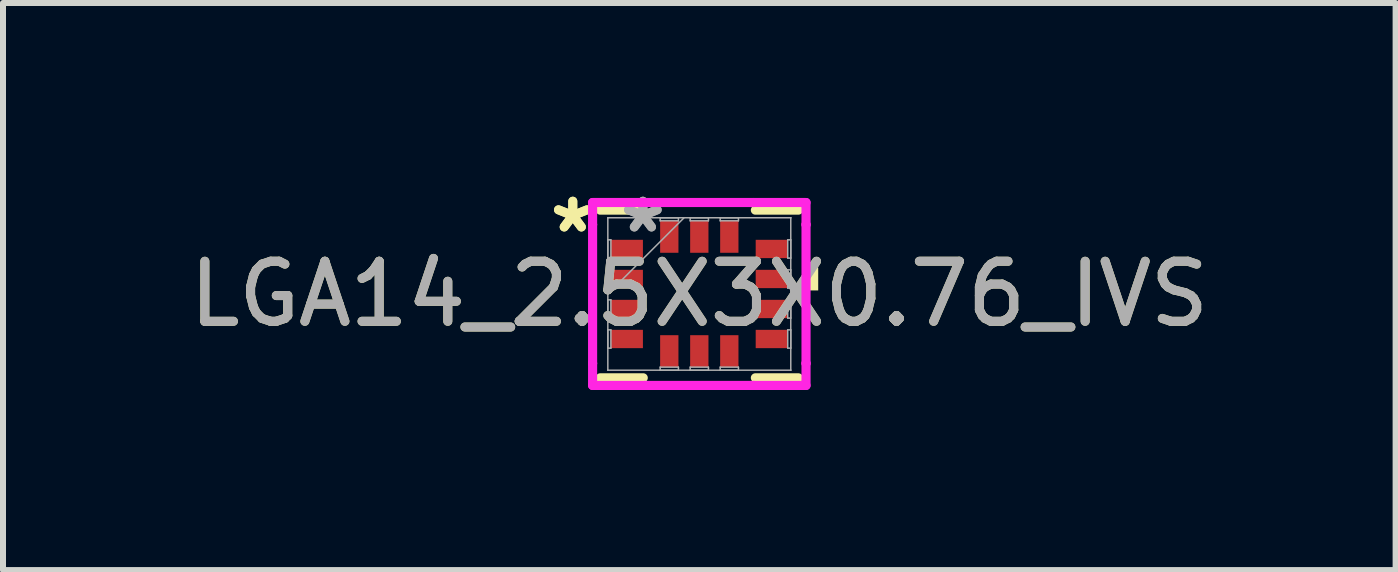
<source format=kicad_pcb>
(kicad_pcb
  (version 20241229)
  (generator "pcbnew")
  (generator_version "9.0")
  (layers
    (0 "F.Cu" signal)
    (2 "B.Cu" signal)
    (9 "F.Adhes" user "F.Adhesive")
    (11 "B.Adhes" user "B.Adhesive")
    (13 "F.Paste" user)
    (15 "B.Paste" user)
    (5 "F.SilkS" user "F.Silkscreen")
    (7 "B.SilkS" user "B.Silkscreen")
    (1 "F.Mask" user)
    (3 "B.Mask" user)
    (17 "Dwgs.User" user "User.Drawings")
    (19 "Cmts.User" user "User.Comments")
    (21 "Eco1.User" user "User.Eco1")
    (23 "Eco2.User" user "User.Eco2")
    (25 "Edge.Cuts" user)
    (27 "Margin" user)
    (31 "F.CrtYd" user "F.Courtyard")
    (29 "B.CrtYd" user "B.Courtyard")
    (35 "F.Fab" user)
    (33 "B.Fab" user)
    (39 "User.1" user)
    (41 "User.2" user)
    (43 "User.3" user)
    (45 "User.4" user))
  (footprint "LGA14_2.5X3X0.76_IVS"
    (layer "F.Cu")
    (at 8.601 1.848)
    (property "Reference" "LGA14_2.5X3X0.76_IVS" (at 0 0 0) (unlocked yes) (layer "F.SilkS") (effects (font (size 1 1) (thickness 0.15))))
    (attr smd)
    (fp_line (start -1.651 1.397) (end -0.934 1.397) (stroke (width 0.152) (type solid)) (layer "F.SilkS"))
    (fp_line (start -0.934 -1.397) (end -1.651 -1.397) (stroke (width 0.152) (type solid)) (layer "F.SilkS"))
    (fp_line (start 0.934 1.397) (end 1.651 1.397) (stroke (width 0.152) (type solid)) (layer "F.SilkS"))
    (fp_line (start 1.651 -1.397) (end 0.934 -1.397) (stroke (width 0.152) (type solid)) (layer "F.SilkS"))
    (fp_poly (pts (xy 1.981 -0.441) (xy 1.981 -0.059) (xy 1.727 -0.059) (xy 1.727 -0.441)) (stroke (width 0) (type solid)) (fill yes) (layer "F.SilkS"))
    (fp_line (start -1.778 -1.524) (end -0.906 -1.524) (stroke (width 0.152) (type solid)) (layer "F.CrtYd"))
    (fp_line (start -1.778 -1.156) (end -1.778 -1.524) (stroke (width 0.152) (type solid)) (layer "F.CrtYd"))
    (fp_line (start -1.778 -1.156) (end -1.778 -1.156) (stroke (width 0.152) (type solid)) (layer "F.CrtYd"))
    (fp_line (start -1.778 1.156) (end -1.778 -1.156) (stroke (width 0.152) (type solid)) (layer "F.CrtYd"))
    (fp_line (start -1.778 1.156) (end -1.778 1.156) (stroke (width 0.152) (type solid)) (layer "F.CrtYd"))
    (fp_line (start -1.778 1.524) (end -1.778 1.156) (stroke (width 0.152) (type solid)) (layer "F.CrtYd"))
    (fp_line (start -0.906 -1.524) (end -0.906 -1.524) (stroke (width 0.152) (type solid)) (layer "F.CrtYd"))
    (fp_line (start -0.906 -1.524) (end 0.906 -1.524) (stroke (width 0.152) (type solid)) (layer "F.CrtYd"))
    (fp_line (start -0.906 1.524) (end -1.778 1.524) (stroke (width 0.152) (type solid)) (layer "F.CrtYd"))
    (fp_line (start -0.906 1.524) (end -0.906 1.524) (stroke (width 0.152) (type solid)) (layer "F.CrtYd"))
    (fp_line (start 0.906 -1.524) (end 0.906 -1.524) (stroke (width 0.152) (type solid)) (layer "F.CrtYd"))
    (fp_line (start 0.906 -1.524) (end 1.778 -1.524) (stroke (width 0.152) (type solid)) (layer "F.CrtYd"))
    (fp_line (start 0.906 1.524) (end -0.906 1.524) (stroke (width 0.152) (type solid)) (layer "F.CrtYd"))
    (fp_line (start 0.906 1.524) (end 0.906 1.524) (stroke (width 0.152) (type solid)) (layer "F.CrtYd"))
    (fp_line (start 1.778 -1.524) (end 1.778 -1.156) (stroke (width 0.152) (type solid)) (layer "F.CrtYd"))
    (fp_line (start 1.778 -1.156) (end 1.778 -1.156) (stroke (width 0.152) (type solid)) (layer "F.CrtYd"))
    (fp_line (start 1.778 -1.156) (end 1.778 1.156) (stroke (width 0.152) (type solid)) (layer "F.CrtYd"))
    (fp_line (start 1.778 1.156) (end 1.778 1.156) (stroke (width 0.152) (type solid)) (layer "F.CrtYd"))
    (fp_line (start 1.778 1.156) (end 1.778 1.524) (stroke (width 0.152) (type solid)) (layer "F.CrtYd"))
    (fp_line (start 1.778 1.524) (end 0.906 1.524) (stroke (width 0.152) (type solid)) (layer "F.CrtYd"))
    (fp_line (start -1.524 -1.27) (end -1.524 -1.27) (stroke (width 0.025) (type solid)) (layer "F.Fab"))
    (fp_line (start -1.524 -1.27) (end -1.524 1.27) (stroke (width 0.025) (type solid)) (layer "F.Fab"))
    (fp_line (start -1.524 -0.902) (end -1.473 -0.902) (stroke (width 0.025) (type solid)) (layer "F.Fab"))
    (fp_line (start -1.524 -0.598) (end -1.524 -0.902) (stroke (width 0.025) (type solid)) (layer "F.Fab"))
    (fp_line (start -1.524 -0.402) (end -1.473 -0.402) (stroke (width 0.025) (type solid)) (layer "F.Fab"))
    (fp_line (start -1.524 -0.098) (end -1.524 -0.402) (stroke (width 0.025) (type solid)) (layer "F.Fab"))
    (fp_line (start -1.524 0) (end -0.254 -1.27) (stroke (width 0.025) (type solid)) (layer "F.Fab"))
    (fp_line (start -1.524 0.098) (end -1.473 0.098) (stroke (width 0.025) (type solid)) (layer "F.Fab"))
    (fp_line (start -1.524 0.402) (end -1.524 0.098) (stroke (width 0.025) (type solid)) (layer "F.Fab"))
    (fp_line (start -1.524 0.598) (end -1.473 0.598) (stroke (width 0.025) (type solid)) (layer "F.Fab"))
    (fp_line (start -1.524 0.902) (end -1.524 0.598) (stroke (width 0.025) (type solid)) (layer "F.Fab"))
    (fp_line (start -1.524 1.27) (end -1.524 1.27) (stroke (width 0.025) (type solid)) (layer "F.Fab"))
    (fp_line (start -1.524 1.27) (end 1.524 1.27) (stroke (width 0.025) (type solid)) (layer "F.Fab"))
    (fp_line (start -1.473 -0.902) (end -1.473 -0.598) (stroke (width 0.025) (type solid)) (layer "F.Fab"))
    (fp_line (start -1.473 -0.598) (end -1.524 -0.598) (stroke (width 0.025) (type solid)) (layer "F.Fab"))
    (fp_line (start -1.473 -0.402) (end -1.473 -0.098) (stroke (width 0.025) (type solid)) (layer "F.Fab"))
    (fp_line (start -1.473 -0.098) (end -1.524 -0.098) (stroke (width 0.025) (type solid)) (layer "F.Fab"))
    (fp_line (start -1.473 0.098) (end -1.473 0.402) (stroke (width 0.025) (type solid)) (layer "F.Fab"))
    (fp_line (start -1.473 0.402) (end -1.524 0.402) (stroke (width 0.025) (type solid)) (layer "F.Fab"))
    (fp_line (start -1.473 0.598) (end -1.473 0.902) (stroke (width 0.025) (type solid)) (layer "F.Fab"))
    (fp_line (start -1.473 0.902) (end -1.524 0.902) (stroke (width 0.025) (type solid)) (layer "F.Fab"))
    (fp_line (start -0.652 -1.27) (end -0.348 -1.27) (stroke (width 0.025) (type solid)) (layer "F.Fab"))
    (fp_line (start -0.652 -1.219) (end -0.652 -1.27) (stroke (width 0.025) (type solid)) (layer "F.Fab"))
    (fp_line (start -0.652 1.219) (end -0.348 1.219) (stroke (width 0.025) (type solid)) (layer "F.Fab"))
    (fp_line (start -0.652 1.27) (end -0.652 1.219) (stroke (width 0.025) (type solid)) (layer "F.Fab"))
    (fp_line (start -0.348 -1.27) (end -0.348 -1.219) (stroke (width 0.025) (type solid)) (layer "F.Fab"))
    (fp_line (start -0.348 -1.219) (end -0.652 -1.219) (stroke (width 0.025) (type solid)) (layer "F.Fab"))
    (fp_line (start -0.348 1.219) (end -0.348 1.27) (stroke (width 0.025) (type solid)) (layer "F.Fab"))
    (fp_line (start -0.348 1.27) (end -0.652 1.27) (stroke (width 0.025) (type solid)) (layer "F.Fab"))
    (fp_line (start -0.152 -1.27) (end 0.152 -1.27) (stroke (width 0.025) (type solid)) (layer "F.Fab"))
    (fp_line (start -0.152 -1.219) (end -0.152 -1.27) (stroke (width 0.025) (type solid)) (layer "F.Fab"))
    (fp_line (start -0.152 1.219) (end 0.152 1.219) (stroke (width 0.025) (type solid)) (layer "F.Fab"))
    (fp_line (start -0.152 1.27) (end -0.152 1.219) (stroke (width 0.025) (type solid)) (layer "F.Fab"))
    (fp_line (start 0.152 -1.27) (end 0.152 -1.219) (stroke (width 0.025) (type solid)) (layer "F.Fab"))
    (fp_line (start 0.152 -1.219) (end -0.152 -1.219) (stroke (width 0.025) (type solid)) (layer "F.Fab"))
    (fp_line (start 0.152 1.219) (end 0.152 1.27) (stroke (width 0.025) (type solid)) (layer "F.Fab"))
    (fp_line (start 0.152 1.27) (end -0.152 1.27) (stroke (width 0.025) (type solid)) (layer "F.Fab"))
    (fp_line (start 0.348 -1.27) (end 0.652 -1.27) (stroke (width 0.025) (type solid)) (layer "F.Fab"))
    (fp_line (start 0.348 -1.219) (end 0.348 -1.27) (stroke (width 0.025) (type solid)) (layer "F.Fab"))
    (fp_line (start 0.348 1.219) (end 0.652 1.219) (stroke (width 0.025) (type solid)) (layer "F.Fab"))
    (fp_line (start 0.348 1.27) (end 0.348 1.219) (stroke (width 0.025) (type solid)) (layer "F.Fab"))
    (fp_line (start 0.652 -1.27) (end 0.652 -1.219) (stroke (width 0.025) (type solid)) (layer "F.Fab"))
    (fp_line (start 0.652 -1.219) (end 0.348 -1.219) (stroke (width 0.025) (type solid)) (layer "F.Fab"))
    (fp_line (start 0.652 1.219) (end 0.652 1.27) (stroke (width 0.025) (type solid)) (layer "F.Fab"))
    (fp_line (start 0.652 1.27) (end 0.348 1.27) (stroke (width 0.025) (type solid)) (layer "F.Fab"))
    (fp_line (start 1.473 -0.902) (end 1.524 -0.902) (stroke (width 0.025) (type solid)) (layer "F.Fab"))
    (fp_line (start 1.473 -0.598) (end 1.473 -0.902) (stroke (width 0.025) (type solid)) (layer "F.Fab"))
    (fp_line (start 1.473 -0.402) (end 1.524 -0.402) (stroke (width 0.025) (type solid)) (layer "F.Fab"))
    (fp_line (start 1.473 -0.098) (end 1.473 -0.402) (stroke (width 0.025) (type solid)) (layer "F.Fab"))
    (fp_line (start 1.473 0.098) (end 1.524 0.098) (stroke (width 0.025) (type solid)) (layer "F.Fab"))
    (fp_line (start 1.473 0.402) (end 1.473 0.098) (stroke (width 0.025) (type solid)) (layer "F.Fab"))
    (fp_line (start 1.473 0.598) (end 1.524 0.598) (stroke (width 0.025) (type solid)) (layer "F.Fab"))
    (fp_line (start 1.473 0.902) (end 1.473 0.598) (stroke (width 0.025) (type solid)) (layer "F.Fab"))
    (fp_line (start 1.524 -1.27) (end -1.524 -1.27) (stroke (width 0.025) (type solid)) (layer "F.Fab"))
    (fp_line (start 1.524 -1.27) (end 1.524 -1.27) (stroke (width 0.025) (type solid)) (layer "F.Fab"))
    (fp_line (start 1.524 -0.902) (end 1.524 -0.598) (stroke (width 0.025) (type solid)) (layer "F.Fab"))
    (fp_line (start 1.524 -0.598) (end 1.473 -0.598) (stroke (width 0.025) (type solid)) (layer "F.Fab"))
    (fp_line (start 1.524 -0.402) (end 1.524 -0.098) (stroke (width 0.025) (type solid)) (layer "F.Fab"))
    (fp_line (start 1.524 -0.098) (end 1.473 -0.098) (stroke (width 0.025) (type solid)) (layer "F.Fab"))
    (fp_line (start 1.524 0.098) (end 1.524 0.402) (stroke (width 0.025) (type solid)) (layer "F.Fab"))
    (fp_line (start 1.524 0.402) (end 1.473 0.402) (stroke (width 0.025) (type solid)) (layer "F.Fab"))
    (fp_line (start 1.524 0.598) (end 1.524 0.902) (stroke (width 0.025) (type solid)) (layer "F.Fab"))
    (fp_line (start 1.524 0.902) (end 1.473 0.902) (stroke (width 0.025) (type solid)) (layer "F.Fab"))
    (fp_line (start 1.524 1.27) (end 1.524 -1.27) (stroke (width 0.025) (type solid)) (layer "F.Fab"))
    (fp_line (start 1.524 1.27) (end 1.524 1.27) (stroke (width 0.025) (type solid)) (layer "F.Fab"))
    (fp_text user "*" (at -2.108 -1 0) (layer "F.SilkS") (effects (font (size 1 1) (thickness 0.15))))
    (fp_text user "*" (at -2.108 -1 0) (unlocked yes) (layer "F.SilkS") (effects (font (size 1 1) (thickness 0.15))))
    (fp_text user "${REFERENCE}" (at 0 0 0) (unlocked yes) (layer "F.Fab") (effects (font (size 1 1) (thickness 0.15))))
    (fp_text user "*" (at -0.94 -1 0) (unlocked yes) (layer "F.Fab") (effects (font (size 1 1) (thickness 0.15))))
    (fp_text user "*" (at -0.94 -1 0) (layer "F.Fab") (effects (font (size 1 1) (thickness 0.15))))
    (pad "1" smd rect (at -1.206 -0.75 90) (size 0.305 0.533) (layers "F.Cu" "F.Mask" "F.Paste"))
    (pad "2" smd rect (at -1.206 -0.25 90) (size 0.305 0.533) (layers "F.Cu" "F.Mask" "F.Paste"))
    (pad "3" smd rect (at -1.206 0.25 90) (size 0.305 0.533) (layers "F.Cu" "F.Mask" "F.Paste"))
    (pad "4" smd rect (at -1.206 0.75 90) (size 0.305 0.533) (layers "F.Cu" "F.Mask" "F.Paste"))
    (pad "5" smd rect (at -0.5 0.953) (size 0.305 0.533) (layers "F.Cu" "F.Mask" "F.Paste"))
    (pad "6" smd rect (at 0 0.953) (size 0.305 0.533) (layers "F.Cu" "F.Mask" "F.Paste"))
    (pad "7" smd rect (at 0.5 0.953) (size 0.305 0.533) (layers "F.Cu" "F.Mask" "F.Paste"))
    (pad "8" smd rect (at 1.206 0.75 90) (size 0.305 0.533) (layers "F.Cu" "F.Mask" "F.Paste"))
    (pad "9" smd rect (at 1.206 0.25 90) (size 0.305 0.533) (layers "F.Cu" "F.Mask" "F.Paste"))
    (pad "10" smd rect (at 1.206 -0.25 90) (size 0.305 0.533) (layers "F.Cu" "F.Mask" "F.Paste"))
    (pad "11" smd rect (at 1.206 -0.75 90) (size 0.305 0.533) (layers "F.Cu" "F.Mask" "F.Paste"))
    (pad "12" smd rect (at 0.5 -0.953) (size 0.305 0.533) (layers "F.Cu" "F.Mask" "F.Paste"))
    (pad "13" smd rect (at 0 -0.953) (size 0.305 0.533) (layers "F.Cu" "F.Mask" "F.Paste"))
    (pad "14" smd rect (at -0.5 -0.953) (size 0.305 0.533) (layers "F.Cu" "F.Mask" "F.Paste")))
  (gr_rect
    (start -3 -3)
    (end 20.202 6.448)
    (stroke (width 0.1) (type default))
    (fill no)
    (layer "Edge.Cuts")))
</source>
